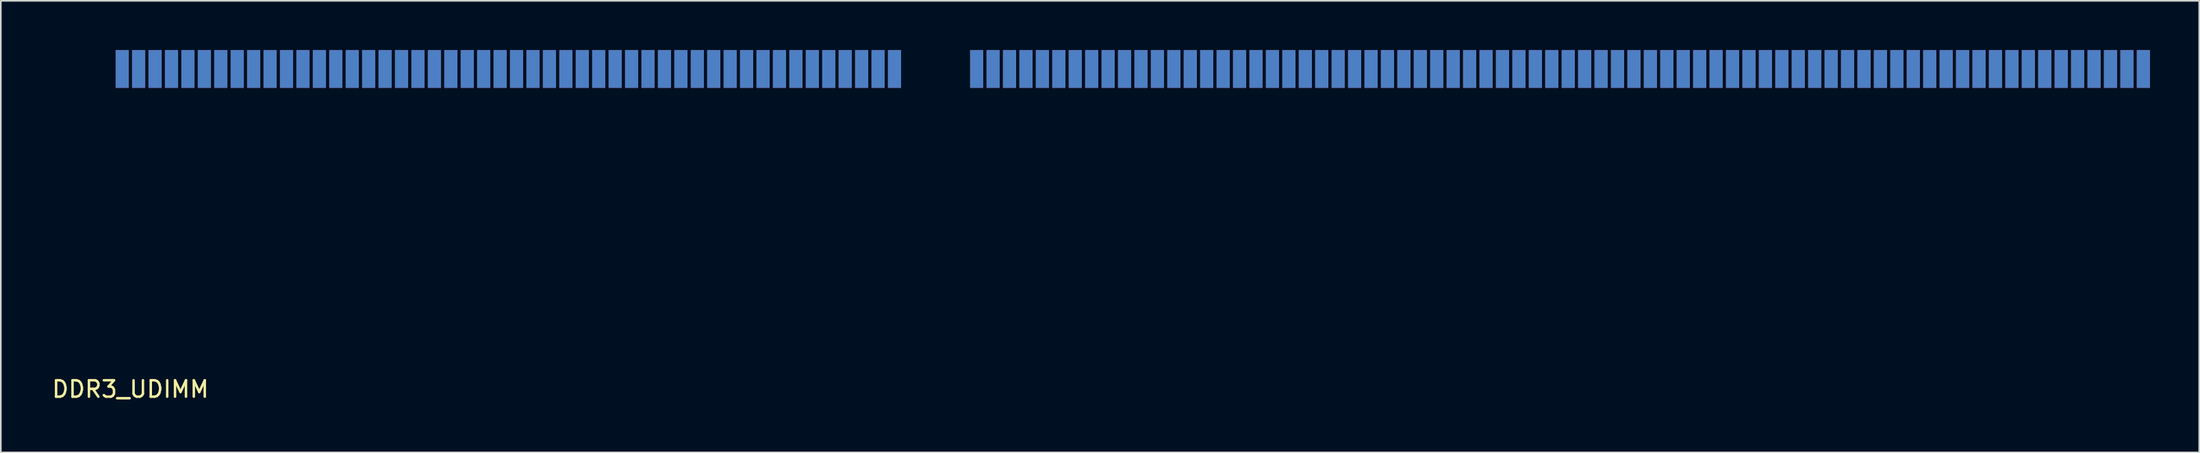
<source format=kicad_pcb>
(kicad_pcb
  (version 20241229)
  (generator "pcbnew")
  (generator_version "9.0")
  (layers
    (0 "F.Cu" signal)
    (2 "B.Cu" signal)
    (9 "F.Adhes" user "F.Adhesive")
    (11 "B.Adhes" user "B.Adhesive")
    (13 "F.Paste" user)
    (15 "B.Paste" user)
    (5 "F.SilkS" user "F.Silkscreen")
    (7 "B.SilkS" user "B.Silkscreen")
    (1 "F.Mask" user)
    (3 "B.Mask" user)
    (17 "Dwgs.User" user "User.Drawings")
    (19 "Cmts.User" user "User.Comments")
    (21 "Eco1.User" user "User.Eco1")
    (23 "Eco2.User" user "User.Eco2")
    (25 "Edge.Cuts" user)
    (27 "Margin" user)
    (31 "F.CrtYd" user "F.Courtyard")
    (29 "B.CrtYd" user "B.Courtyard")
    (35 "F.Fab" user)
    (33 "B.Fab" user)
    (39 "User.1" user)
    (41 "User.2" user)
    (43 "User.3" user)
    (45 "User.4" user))
  (footprint "DDR3_UDIMM"
    (layer "F.Cu")
    (at 4.387 1.15)
    (property "Reference" "DDR3_UDIMM" (at 0.5 19.5 0) (layer "F.SilkS") (effects (font (size 1 1) (thickness 0.15))))
    (attr through_hole)
    (pad "1" smd rect (at 0 0) (size 0.8 2.3) (layers "F.Cu" "F.Mask" "F.Paste"))
    (pad "2" smd rect (at 1 0) (size 0.8 2.3) (layers "F.Cu" "F.Mask" "F.Paste"))
    (pad "3" smd rect (at 2 0) (size 0.8 2.3) (layers "F.Cu" "F.Mask" "F.Paste"))
    (pad "4" smd rect (at 3 0) (size 0.8 2.3) (layers "F.Cu" "F.Mask" "F.Paste"))
    (pad "5" smd rect (at 4 0) (size 0.8 2.3) (layers "F.Cu" "F.Mask" "F.Paste"))
    (pad "6" smd rect (at 5 0) (size 0.8 2.3) (layers "F.Cu" "F.Mask" "F.Paste"))
    (pad "7" smd rect (at 6 0) (size 0.8 2.3) (layers "F.Cu" "F.Mask" "F.Paste"))
    (pad "8" smd rect (at 7 0) (size 0.8 2.3) (layers "F.Cu" "F.Mask" "F.Paste"))
    (pad "9" smd rect (at 8 0) (size 0.8 2.3) (layers "F.Cu" "F.Mask" "F.Paste"))
    (pad "10" smd rect (at 9 0) (size 0.8 2.3) (layers "F.Cu" "F.Mask" "F.Paste"))
    (pad "11" smd rect (at 10 0) (size 0.8 2.3) (layers "F.Cu" "F.Mask" "F.Paste"))
    (pad "12" smd rect (at 11 0) (size 0.8 2.3) (layers "F.Cu" "F.Mask" "F.Paste"))
    (pad "13" smd rect (at 12 0) (size 0.8 2.3) (layers "F.Cu" "F.Mask" "F.Paste"))
    (pad "14" smd rect (at 13 0) (size 0.8 2.3) (layers "F.Cu" "F.Mask" "F.Paste"))
    (pad "15" smd rect (at 14 0) (size 0.8 2.3) (layers "F.Cu" "F.Mask" "F.Paste"))
    (pad "16" smd rect (at 15 0) (size 0.8 2.3) (layers "F.Cu" "F.Mask" "F.Paste"))
    (pad "17" smd rect (at 16 0) (size 0.8 2.3) (layers "F.Cu" "F.Mask" "F.Paste"))
    (pad "18" smd rect (at 17 0) (size 0.8 2.3) (layers "F.Cu" "F.Mask" "F.Paste"))
    (pad "19" smd rect (at 18 0) (size 0.8 2.3) (layers "F.Cu" "F.Mask" "F.Paste"))
    (pad "20" smd rect (at 19 0) (size 0.8 2.3) (layers "F.Cu" "F.Mask" "F.Paste"))
    (pad "21" smd rect (at 20 0) (size 0.8 2.3) (layers "F.Cu" "F.Mask" "F.Paste"))
    (pad "22" smd rect (at 21 0) (size 0.8 2.3) (layers "F.Cu" "F.Mask" "F.Paste"))
    (pad "23" smd rect (at 22 0) (size 0.8 2.3) (layers "F.Cu" "F.Mask" "F.Paste"))
    (pad "24" smd rect (at 23 0) (size 0.8 2.3) (layers "F.Cu" "F.Mask" "F.Paste"))
    (pad "25" smd rect (at 24 0) (size 0.8 2.3) (layers "F.Cu" "F.Mask" "F.Paste"))
    (pad "26" smd rect (at 25 0) (size 0.8 2.3) (layers "F.Cu" "F.Mask" "F.Paste"))
    (pad "27" smd rect (at 26 0) (size 0.8 2.3) (layers "F.Cu" "F.Mask" "F.Paste"))
    (pad "28" smd rect (at 27 0) (size 0.8 2.3) (layers "F.Cu" "F.Mask" "F.Paste"))
    (pad "29" smd rect (at 28 0) (size 0.8 2.3) (layers "F.Cu" "F.Mask" "F.Paste"))
    (pad "30" smd rect (at 29 0) (size 0.8 2.3) (layers "F.Cu" "F.Mask" "F.Paste"))
    (pad "31" smd rect (at 30 0) (size 0.8 2.3) (layers "F.Cu" "F.Mask" "F.Paste"))
    (pad "32" smd rect (at 31 0) (size 0.8 2.3) (layers "F.Cu" "F.Mask" "F.Paste"))
    (pad "33" smd rect (at 32 0) (size 0.8 2.3) (layers "F.Cu" "F.Mask" "F.Paste"))
    (pad "34" smd rect (at 33 0) (size 0.8 2.3) (layers "F.Cu" "F.Mask" "F.Paste"))
    (pad "35" smd rect (at 34 0) (size 0.8 2.3) (layers "F.Cu" "F.Mask" "F.Paste"))
    (pad "36" smd rect (at 35 0) (size 0.8 2.3) (layers "F.Cu" "F.Mask" "F.Paste"))
    (pad "37" smd rect (at 36 0) (size 0.8 2.3) (layers "F.Cu" "F.Mask" "F.Paste"))
    (pad "38" smd rect (at 37 0) (size 0.8 2.3) (layers "F.Cu" "F.Mask" "F.Paste"))
    (pad "39" smd rect (at 38 0) (size 0.8 2.3) (layers "F.Cu" "F.Mask" "F.Paste"))
    (pad "40" smd rect (at 39 0) (size 0.8 2.3) (layers "F.Cu" "F.Mask" "F.Paste"))
    (pad "41" smd rect (at 40 0) (size 0.8 2.3) (layers "F.Cu" "F.Mask" "F.Paste"))
    (pad "42" smd rect (at 41 0) (size 0.8 2.3) (layers "F.Cu" "F.Mask" "F.Paste"))
    (pad "43" smd rect (at 42 0) (size 0.8 2.3) (layers "F.Cu" "F.Mask" "F.Paste"))
    (pad "44" smd rect (at 43 0) (size 0.8 2.3) (layers "F.Cu" "F.Mask" "F.Paste"))
    (pad "45" smd rect (at 44 0) (size 0.8 2.3) (layers "F.Cu" "F.Mask" "F.Paste"))
    (pad "46" smd rect (at 45 0) (size 0.8 2.3) (layers "F.Cu" "F.Mask" "F.Paste"))
    (pad "47" smd rect (at 46 0) (size 0.8 2.3) (layers "F.Cu" "F.Mask" "F.Paste"))
    (pad "48" smd rect (at 47 0) (size 0.8 2.3) (layers "F.Cu" "F.Mask" "F.Paste"))
    (pad "49" smd rect (at 52 0) (size 0.8 2.3) (layers "F.Cu" "F.Mask" "F.Paste"))
    (pad "50" smd rect (at 53 0) (size 0.8 2.3) (layers "F.Cu" "F.Mask" "F.Paste"))
    (pad "51" smd rect (at 54 0) (size 0.8 2.3) (layers "F.Cu" "F.Mask" "F.Paste"))
    (pad "52" smd rect (at 55 0) (size 0.8 2.3) (layers "F.Cu" "F.Mask" "F.Paste"))
    (pad "53" smd rect (at 56 0) (size 0.8 2.3) (layers "F.Cu" "F.Mask" "F.Paste"))
    (pad "54" smd rect (at 57 0) (size 0.8 2.3) (layers "F.Cu" "F.Mask" "F.Paste"))
    (pad "55" smd rect (at 58 0) (size 0.8 2.3) (layers "F.Cu" "F.Mask" "F.Paste"))
    (pad "56" smd rect (at 59 0) (size 0.8 2.3) (layers "F.Cu" "F.Mask" "F.Paste"))
    (pad "57" smd rect (at 60 0) (size 0.8 2.3) (layers "F.Cu" "F.Mask" "F.Paste"))
    (pad "58" smd rect (at 61 0) (size 0.8 2.3) (layers "F.Cu" "F.Mask" "F.Paste"))
    (pad "59" smd rect (at 62 0) (size 0.8 2.3) (layers "F.Cu" "F.Mask" "F.Paste"))
    (pad "60" smd rect (at 63 0) (size 0.8 2.3) (layers "F.Cu" "F.Mask" "F.Paste"))
    (pad "61" smd rect (at 64 0) (size 0.8 2.3) (layers "F.Cu" "F.Mask" "F.Paste"))
    (pad "62" smd rect (at 65 0) (size 0.8 2.3) (layers "F.Cu" "F.Mask" "F.Paste"))
    (pad "63" smd rect (at 66 0) (size 0.8 2.3) (layers "F.Cu" "F.Mask" "F.Paste"))
    (pad "64" smd rect (at 67 0) (size 0.8 2.3) (layers "F.Cu" "F.Mask" "F.Paste"))
    (pad "65" smd rect (at 68 0) (size 0.8 2.3) (layers "F.Cu" "F.Mask" "F.Paste"))
    (pad "66" smd rect (at 69 0) (size 0.8 2.3) (layers "F.Cu" "F.Mask" "F.Paste"))
    (pad "67" smd rect (at 70 0) (size 0.8 2.3) (layers "F.Cu" "F.Mask" "F.Paste"))
    (pad "68" smd rect (at 71 0) (size 0.8 2.3) (layers "F.Cu" "F.Mask" "F.Paste"))
    (pad "69" smd rect (at 72 0) (size 0.8 2.3) (layers "F.Cu" "F.Mask" "F.Paste"))
    (pad "70" smd rect (at 73 0) (size 0.8 2.3) (layers "F.Cu" "F.Mask" "F.Paste"))
    (pad "71" smd rect (at 74 0) (size 0.8 2.3) (layers "F.Cu" "F.Mask" "F.Paste"))
    (pad "72" smd rect (at 75 0) (size 0.8 2.3) (layers "F.Cu" "F.Mask" "F.Paste"))
    (pad "73" smd rect (at 76 0) (size 0.8 2.3) (layers "F.Cu" "F.Mask" "F.Paste"))
    (pad "74" smd rect (at 77 0) (size 0.8 2.3) (layers "F.Cu" "F.Mask" "F.Paste"))
    (pad "75" smd rect (at 78 0) (size 0.8 2.3) (layers "F.Cu" "F.Mask" "F.Paste"))
    (pad "76" smd rect (at 79 0) (size 0.8 2.3) (layers "F.Cu" "F.Mask" "F.Paste"))
    (pad "77" smd rect (at 80 0) (size 0.8 2.3) (layers "F.Cu" "F.Mask" "F.Paste"))
    (pad "78" smd rect (at 81 0) (size 0.8 2.3) (layers "F.Cu" "F.Mask" "F.Paste"))
    (pad "79" smd rect (at 82 0) (size 0.8 2.3) (layers "F.Cu" "F.Mask" "F.Paste"))
    (pad "80" smd rect (at 83 0) (size 0.8 2.3) (layers "F.Cu" "F.Mask" "F.Paste"))
    (pad "81" smd rect (at 84 0) (size 0.8 2.3) (layers "F.Cu" "F.Mask" "F.Paste"))
    (pad "82" smd rect (at 85 0) (size 0.8 2.3) (layers "F.Cu" "F.Mask" "F.Paste"))
    (pad "83" smd rect (at 86 0) (size 0.8 2.3) (layers "F.Cu" "F.Mask" "F.Paste"))
    (pad "84" smd rect (at 87 0) (size 0.8 2.3) (layers "F.Cu" "F.Mask" "F.Paste"))
    (pad "85" smd rect (at 88 0) (size 0.8 2.3) (layers "F.Cu" "F.Mask" "F.Paste"))
    (pad "86" smd rect (at 89 0) (size 0.8 2.3) (layers "F.Cu" "F.Mask" "F.Paste"))
    (pad "87" smd rect (at 90 0) (size 0.8 2.3) (layers "F.Cu" "F.Mask" "F.Paste"))
    (pad "88" smd rect (at 91 0) (size 0.8 2.3) (layers "F.Cu" "F.Mask" "F.Paste"))
    (pad "89" smd rect (at 92 0) (size 0.8 2.3) (layers "F.Cu" "F.Mask" "F.Paste"))
    (pad "90" smd rect (at 93 0) (size 0.8 2.3) (layers "F.Cu" "F.Mask" "F.Paste"))
    (pad "91" smd rect (at 94 0) (size 0.8 2.3) (layers "F.Cu" "F.Mask" "F.Paste"))
    (pad "92" smd rect (at 95 0) (size 0.8 2.3) (layers "F.Cu" "F.Mask" "F.Paste"))
    (pad "93" smd rect (at 96 0) (size 0.8 2.3) (layers "F.Cu" "F.Mask" "F.Paste"))
    (pad "94" smd rect (at 97 0) (size 0.8 2.3) (layers "F.Cu" "F.Mask" "F.Paste"))
    (pad "95" smd rect (at 98 0) (size 0.8 2.3) (layers "F.Cu" "F.Mask" "F.Paste"))
    (pad "96" smd rect (at 99 0) (size 0.8 2.3) (layers "F.Cu" "F.Mask" "F.Paste"))
    (pad "97" smd rect (at 100 0) (size 0.8 2.3) (layers "F.Cu" "F.Mask" "F.Paste"))
    (pad "98" smd rect (at 101 0) (size 0.8 2.3) (layers "F.Cu" "F.Mask" "F.Paste"))
    (pad "99" smd rect (at 102 0) (size 0.8 2.3) (layers "F.Cu" "F.Mask" "F.Paste"))
    (pad "100" smd rect (at 103 0) (size 0.8 2.3) (layers "F.Cu" "F.Mask" "F.Paste"))
    (pad "101" smd rect (at 104 0) (size 0.8 2.3) (layers "F.Cu" "F.Mask" "F.Paste"))
    (pad "102" smd rect (at 105 0) (size 0.8 2.3) (layers "F.Cu" "F.Mask" "F.Paste"))
    (pad "103" smd rect (at 106 0) (size 0.8 2.3) (layers "F.Cu" "F.Mask" "F.Paste"))
    (pad "104" smd rect (at 107 0) (size 0.8 2.3) (layers "F.Cu" "F.Mask" "F.Paste"))
    (pad "105" smd rect (at 108 0) (size 0.8 2.3) (layers "F.Cu" "F.Mask" "F.Paste"))
    (pad "106" smd rect (at 109 0) (size 0.8 2.3) (layers "F.Cu" "F.Mask" "F.Paste"))
    (pad "107" smd rect (at 110 0) (size 0.8 2.3) (layers "F.Cu" "F.Mask" "F.Paste"))
    (pad "108" smd rect (at 111 0) (size 0.8 2.3) (layers "F.Cu" "F.Mask" "F.Paste"))
    (pad "109" smd rect (at 112 0) (size 0.8 2.3) (layers "F.Cu" "F.Mask" "F.Paste"))
    (pad "110" smd rect (at 113 0) (size 0.8 2.3) (layers "F.Cu" "F.Mask" "F.Paste"))
    (pad "111" smd rect (at 114 0) (size 0.8 2.3) (layers "F.Cu" "F.Mask" "F.Paste"))
    (pad "112" smd rect (at 115 0) (size 0.8 2.3) (layers "F.Cu" "F.Mask" "F.Paste"))
    (pad "113" smd rect (at 116 0) (size 0.8 2.3) (layers "F.Cu" "F.Mask" "F.Paste"))
    (pad "114" smd rect (at 117 0) (size 0.8 2.3) (layers "F.Cu" "F.Mask" "F.Paste"))
    (pad "115" smd rect (at 118 0) (size 0.8 2.3) (layers "F.Cu" "F.Mask" "F.Paste"))
    (pad "116" smd rect (at 119 0) (size 0.8 2.3) (layers "F.Cu" "F.Mask" "F.Paste"))
    (pad "117" smd rect (at 120 0) (size 0.8 2.3) (layers "F.Cu" "F.Mask" "F.Paste"))
    (pad "118" smd rect (at 121 0) (size 0.8 2.3) (layers "F.Cu" "F.Mask" "F.Paste"))
    (pad "119" smd rect (at 122 0) (size 0.8 2.3) (layers "F.Cu" "F.Mask" "F.Paste"))
    (pad "120" smd rect (at 123 0) (size 0.8 2.3) (layers "F.Cu" "F.Mask" "F.Paste"))
    (pad "121" smd rect (at 0 0) (size 0.8 2.3) (layers "B.Cu" "B.Mask" "B.Paste"))
    (pad "122" smd rect (at 1 0) (size 0.8 2.3) (layers "B.Cu" "B.Mask" "B.Paste"))
    (pad "123" smd rect (at 2 0) (size 0.8 2.3) (layers "B.Cu" "B.Mask" "B.Paste"))
    (pad "124" smd rect (at 3 0) (size 0.8 2.3) (layers "B.Cu" "B.Mask" "B.Paste"))
    (pad "125" smd rect (at 4 0) (size 0.8 2.3) (layers "B.Cu" "B.Mask" "B.Paste"))
    (pad "126" smd rect (at 5 0) (size 0.8 2.3) (layers "B.Cu" "B.Mask" "B.Paste"))
    (pad "127" smd rect (at 6 0) (size 0.8 2.3) (layers "B.Cu" "B.Mask" "B.Paste"))
    (pad "128" smd rect (at 7 0) (size 0.8 2.3) (layers "B.Cu" "B.Mask" "B.Paste"))
    (pad "129" smd rect (at 8 0) (size 0.8 2.3) (layers "B.Cu" "B.Mask" "B.Paste"))
    (pad "130" smd rect (at 9 0) (size 0.8 2.3) (layers "B.Cu" "B.Mask" "B.Paste"))
    (pad "131" smd rect (at 10 0) (size 0.8 2.3) (layers "B.Cu" "B.Mask" "B.Paste"))
    (pad "132" smd rect (at 11 0) (size 0.8 2.3) (layers "B.Cu" "B.Mask" "B.Paste"))
    (pad "133" smd rect (at 12 0) (size 0.8 2.3) (layers "B.Cu" "B.Mask" "B.Paste"))
    (pad "134" smd rect (at 13 0) (size 0.8 2.3) (layers "B.Cu" "B.Mask" "B.Paste"))
    (pad "135" smd rect (at 14 0) (size 0.8 2.3) (layers "B.Cu" "B.Mask" "B.Paste"))
    (pad "136" smd rect (at 15 0) (size 0.8 2.3) (layers "B.Cu" "B.Mask" "B.Paste"))
    (pad "137" smd rect (at 16 0) (size 0.8 2.3) (layers "B.Cu" "B.Mask" "B.Paste"))
    (pad "138" smd rect (at 17 0) (size 0.8 2.3) (layers "B.Cu" "B.Mask" "B.Paste"))
    (pad "139" smd rect (at 18 0) (size 0.8 2.3) (layers "B.Cu" "B.Mask" "B.Paste"))
    (pad "140" smd rect (at 19 0) (size 0.8 2.3) (layers "B.Cu" "B.Mask" "B.Paste"))
    (pad "141" smd rect (at 20 0) (size 0.8 2.3) (layers "B.Cu" "B.Mask" "B.Paste"))
    (pad "142" smd rect (at 21 0) (size 0.8 2.3) (layers "B.Cu" "B.Mask" "B.Paste"))
    (pad "143" smd rect (at 22 0) (size 0.8 2.3) (layers "B.Cu" "B.Mask" "B.Paste"))
    (pad "144" smd rect (at 23 0) (size 0.8 2.3) (layers "B.Cu" "B.Mask" "B.Paste"))
    (pad "145" smd rect (at 24 0) (size 0.8 2.3) (layers "B.Cu" "B.Mask" "B.Paste"))
    (pad "146" smd rect (at 25 0) (size 0.8 2.3) (layers "B.Cu" "B.Mask" "B.Paste"))
    (pad "147" smd rect (at 26 0) (size 0.8 2.3) (layers "B.Cu" "B.Mask" "B.Paste"))
    (pad "148" smd rect (at 27 0) (size 0.8 2.3) (layers "B.Cu" "B.Mask" "B.Paste"))
    (pad "149" smd rect (at 28 0) (size 0.8 2.3) (layers "B.Cu" "B.Mask" "B.Paste"))
    (pad "150" smd rect (at 29 0) (size 0.8 2.3) (layers "B.Cu" "B.Mask" "B.Paste"))
    (pad "151" smd rect (at 30 0) (size 0.8 2.3) (layers "B.Cu" "B.Mask" "B.Paste"))
    (pad "152" smd rect (at 31 0) (size 0.8 2.3) (layers "B.Cu" "B.Mask" "B.Paste"))
    (pad "153" smd rect (at 32 0) (size 0.8 2.3) (layers "B.Cu" "B.Mask" "B.Paste"))
    (pad "154" smd rect (at 33 0) (size 0.8 2.3) (layers "B.Cu" "B.Mask" "B.Paste"))
    (pad "155" smd rect (at 34 0) (size 0.8 2.3) (layers "B.Cu" "B.Mask" "B.Paste"))
    (pad "156" smd rect (at 35 0) (size 0.8 2.3) (layers "B.Cu" "B.Mask" "B.Paste"))
    (pad "157" smd rect (at 36 0) (size 0.8 2.3) (layers "B.Cu" "B.Mask" "B.Paste"))
    (pad "158" smd rect (at 37 0) (size 0.8 2.3) (layers "B.Cu" "B.Mask" "B.Paste"))
    (pad "159" smd rect (at 38 0) (size 0.8 2.3) (layers "B.Cu" "B.Mask" "B.Paste"))
    (pad "160" smd rect (at 39 0) (size 0.8 2.3) (layers "B.Cu" "B.Mask" "B.Paste"))
    (pad "161" smd rect (at 40 0) (size 0.8 2.3) (layers "B.Cu" "B.Mask" "B.Paste"))
    (pad "162" smd rect (at 41 0) (size 0.8 2.3) (layers "B.Cu" "B.Mask" "B.Paste"))
    (pad "163" smd rect (at 42 0) (size 0.8 2.3) (layers "B.Cu" "B.Mask" "B.Paste"))
    (pad "164" smd rect (at 43 0) (size 0.8 2.3) (layers "B.Cu" "B.Mask" "B.Paste"))
    (pad "165" smd rect (at 44 0) (size 0.8 2.3) (layers "B.Cu" "B.Mask" "B.Paste"))
    (pad "166" smd rect (at 45 0) (size 0.8 2.3) (layers "B.Cu" "B.Mask" "B.Paste"))
    (pad "167" smd rect (at 46 0) (size 0.8 2.3) (layers "B.Cu" "B.Mask" "B.Paste"))
    (pad "168" smd rect (at 47 0) (size 0.8 2.3) (layers "B.Cu" "B.Mask" "B.Paste"))
    (pad "169" smd rect (at 52 0) (size 0.8 2.3) (layers "B.Cu" "B.Mask" "B.Paste"))
    (pad "170" smd rect (at 53 0) (size 0.8 2.3) (layers "B.Cu" "B.Mask" "B.Paste"))
    (pad "171" smd rect (at 54 0) (size 0.8 2.3) (layers "B.Cu" "B.Mask" "B.Paste"))
    (pad "172" smd rect (at 55 0) (size 0.8 2.3) (layers "B.Cu" "B.Mask" "B.Paste"))
    (pad "173" smd rect (at 56 0) (size 0.8 2.3) (layers "B.Cu" "B.Mask" "B.Paste"))
    (pad "174" smd rect (at 57 0) (size 0.8 2.3) (layers "B.Cu" "B.Mask" "B.Paste"))
    (pad "175" smd rect (at 58 0) (size 0.8 2.3) (layers "B.Cu" "B.Mask" "B.Paste"))
    (pad "176" smd rect (at 59 0) (size 0.8 2.3) (layers "B.Cu" "B.Mask" "B.Paste"))
    (pad "177" smd rect (at 60 0) (size 0.8 2.3) (layers "B.Cu" "B.Mask" "B.Paste"))
    (pad "178" smd rect (at 61 0) (size 0.8 2.3) (layers "B.Cu" "B.Mask" "B.Paste"))
    (pad "179" smd rect (at 62 0) (size 0.8 2.3) (layers "B.Cu" "B.Mask" "B.Paste"))
    (pad "180" smd rect (at 63 0) (size 0.8 2.3) (layers "B.Cu" "B.Mask" "B.Paste"))
    (pad "181" smd rect (at 64 0) (size 0.8 2.3) (layers "B.Cu" "B.Mask" "B.Paste"))
    (pad "182" smd rect (at 65 0) (size 0.8 2.3) (layers "B.Cu" "B.Mask" "B.Paste"))
    (pad "183" smd rect (at 66 0) (size 0.8 2.3) (layers "B.Cu" "B.Mask" "B.Paste"))
    (pad "184" smd rect (at 67 0) (size 0.8 2.3) (layers "B.Cu" "B.Mask" "B.Paste"))
    (pad "185" smd rect (at 68 0) (size 0.8 2.3) (layers "B.Cu" "B.Mask" "B.Paste"))
    (pad "186" smd rect (at 69 0) (size 0.8 2.3) (layers "B.Cu" "B.Mask" "B.Paste"))
    (pad "187" smd rect (at 70 0) (size 0.8 2.3) (layers "B.Cu" "B.Mask" "B.Paste"))
    (pad "188" smd rect (at 71 0) (size 0.8 2.3) (layers "B.Cu" "B.Mask" "B.Paste"))
    (pad "189" smd rect (at 72 0) (size 0.8 2.3) (layers "B.Cu" "B.Mask" "B.Paste"))
    (pad "190" smd rect (at 73 0) (size 0.8 2.3) (layers "B.Cu" "B.Mask" "B.Paste"))
    (pad "191" smd rect (at 74 0) (size 0.8 2.3) (layers "B.Cu" "B.Mask" "B.Paste"))
    (pad "192" smd rect (at 75 0) (size 0.8 2.3) (layers "B.Cu" "B.Mask" "B.Paste"))
    (pad "193" smd rect (at 76 0) (size 0.8 2.3) (layers "B.Cu" "B.Mask" "B.Paste"))
    (pad "194" smd rect (at 77 0) (size 0.8 2.3) (layers "B.Cu" "B.Mask" "B.Paste"))
    (pad "195" smd rect (at 78 0) (size 0.8 2.3) (layers "B.Cu" "B.Mask" "B.Paste"))
    (pad "196" smd rect (at 79 0) (size 0.8 2.3) (layers "B.Cu" "B.Mask" "B.Paste"))
    (pad "197" smd rect (at 80 0) (size 0.8 2.3) (layers "B.Cu" "B.Mask" "B.Paste"))
    (pad "198" smd rect (at 81 0) (size 0.8 2.3) (layers "B.Cu" "B.Mask" "B.Paste"))
    (pad "199" smd rect (at 82 0) (size 0.8 2.3) (layers "B.Cu" "B.Mask" "B.Paste"))
    (pad "200" smd rect (at 83 0) (size 0.8 2.3) (layers "B.Cu" "B.Mask" "B.Paste"))
    (pad "201" smd rect (at 84 0) (size 0.8 2.3) (layers "B.Cu" "B.Mask" "B.Paste"))
    (pad "202" smd rect (at 85 0) (size 0.8 2.3) (layers "B.Cu" "B.Mask" "B.Paste"))
    (pad "203" smd rect (at 86 0) (size 0.8 2.3) (layers "B.Cu" "B.Mask" "B.Paste"))
    (pad "204" smd rect (at 87 0) (size 0.8 2.3) (layers "B.Cu" "B.Mask" "B.Paste"))
    (pad "205" smd rect (at 88 0) (size 0.8 2.3) (layers "B.Cu" "B.Mask" "B.Paste"))
    (pad "206" smd rect (at 89 0) (size 0.8 2.3) (layers "B.Cu" "B.Mask" "B.Paste"))
    (pad "207" smd rect (at 90 0) (size 0.8 2.3) (layers "B.Cu" "B.Mask" "B.Paste"))
    (pad "208" smd rect (at 91 0) (size 0.8 2.3) (layers "B.Cu" "B.Mask" "B.Paste"))
    (pad "209" smd rect (at 92 0) (size 0.8 2.3) (layers "B.Cu" "B.Mask" "B.Paste"))
    (pad "210" smd rect (at 93 0) (size 0.8 2.3) (layers "B.Cu" "B.Mask" "B.Paste"))
    (pad "211" smd rect (at 94 0) (size 0.8 2.3) (layers "B.Cu" "B.Mask" "B.Paste"))
    (pad "212" smd rect (at 95 0) (size 0.8 2.3) (layers "B.Cu" "B.Mask" "B.Paste"))
    (pad "213" smd rect (at 96 0) (size 0.8 2.3) (layers "B.Cu" "B.Mask" "B.Paste"))
    (pad "214" smd rect (at 97 0) (size 0.8 2.3) (layers "B.Cu" "B.Mask" "B.Paste"))
    (pad "215" smd rect (at 98 0) (size 0.8 2.3) (layers "B.Cu" "B.Mask" "B.Paste"))
    (pad "216" smd rect (at 99 0) (size 0.8 2.3) (layers "B.Cu" "B.Mask" "B.Paste"))
    (pad "217" smd rect (at 100 0) (size 0.8 2.3) (layers "B.Cu" "B.Mask" "B.Paste"))
    (pad "218" smd rect (at 101 0) (size 0.8 2.3) (layers "B.Cu" "B.Mask" "B.Paste"))
    (pad "219" smd rect (at 102 0) (size 0.8 2.3) (layers "B.Cu" "B.Mask" "B.Paste"))
    (pad "220" smd rect (at 103 0) (size 0.8 2.3) (layers "B.Cu" "B.Mask" "B.Paste"))
    (pad "221" smd rect (at 104 0) (size 0.8 2.3) (layers "B.Cu" "B.Mask" "B.Paste"))
    (pad "222" smd rect (at 105 0) (size 0.8 2.3) (layers "B.Cu" "B.Mask" "B.Paste"))
    (pad "223" smd rect (at 106 0) (size 0.8 2.3) (layers "B.Cu" "B.Mask" "B.Paste"))
    (pad "224" smd rect (at 107 0) (size 0.8 2.3) (layers "B.Cu" "B.Mask" "B.Paste"))
    (pad "225" smd rect (at 108 0) (size 0.8 2.3) (layers "B.Cu" "B.Mask" "B.Paste"))
    (pad "226" smd rect (at 109 0) (size 0.8 2.3) (layers "B.Cu" "B.Mask" "B.Paste"))
    (pad "227" smd rect (at 110 0) (size 0.8 2.3) (layers "B.Cu" "B.Mask" "B.Paste"))
    (pad "228" smd rect (at 111 0) (size 0.8 2.3) (layers "B.Cu" "B.Mask" "B.Paste"))
    (pad "229" smd rect (at 112 0) (size 0.8 2.3) (layers "B.Cu" "B.Mask" "B.Paste"))
    (pad "230" smd rect (at 113 0) (size 0.8 2.3) (layers "B.Cu" "B.Mask" "B.Paste"))
    (pad "231" smd rect (at 114 0) (size 0.8 2.3) (layers "B.Cu" "B.Mask" "B.Paste"))
    (pad "232" smd rect (at 115 0) (size 0.8 2.3) (layers "B.Cu" "B.Mask" "B.Paste"))
    (pad "233" smd rect (at 116 0) (size 0.8 2.3) (layers "B.Cu" "B.Mask" "B.Paste"))
    (pad "234" smd rect (at 117 0) (size 0.8 2.3) (layers "B.Cu" "B.Mask" "B.Paste"))
    (pad "235" smd rect (at 118 0) (size 0.8 2.3) (layers "B.Cu" "B.Mask" "B.Paste"))
    (pad "236" smd rect (at 119 0) (size 0.8 2.3) (layers "B.Cu" "B.Mask" "B.Paste"))
    (pad "237" smd rect (at 120 0) (size 0.8 2.3) (layers "B.Cu" "B.Mask" "B.Paste"))
    (pad "238" smd rect (at 121 0) (size 0.8 2.3) (layers "B.Cu" "B.Mask" "B.Paste"))
    (pad "239" smd rect (at 122 0) (size 0.8 2.3) (layers "B.Cu" "B.Mask" "B.Paste"))
    (pad "240" smd rect (at 123 0) (size 0.8 2.3) (layers "B.Cu" "B.Mask" "B.Paste")))
  (gr_rect
    (start -3 -3)
    (end 130.787 24.498)
    (stroke (width 0.1) (type default))
    (fill no)
    (layer "Edge.Cuts")))
</source>
